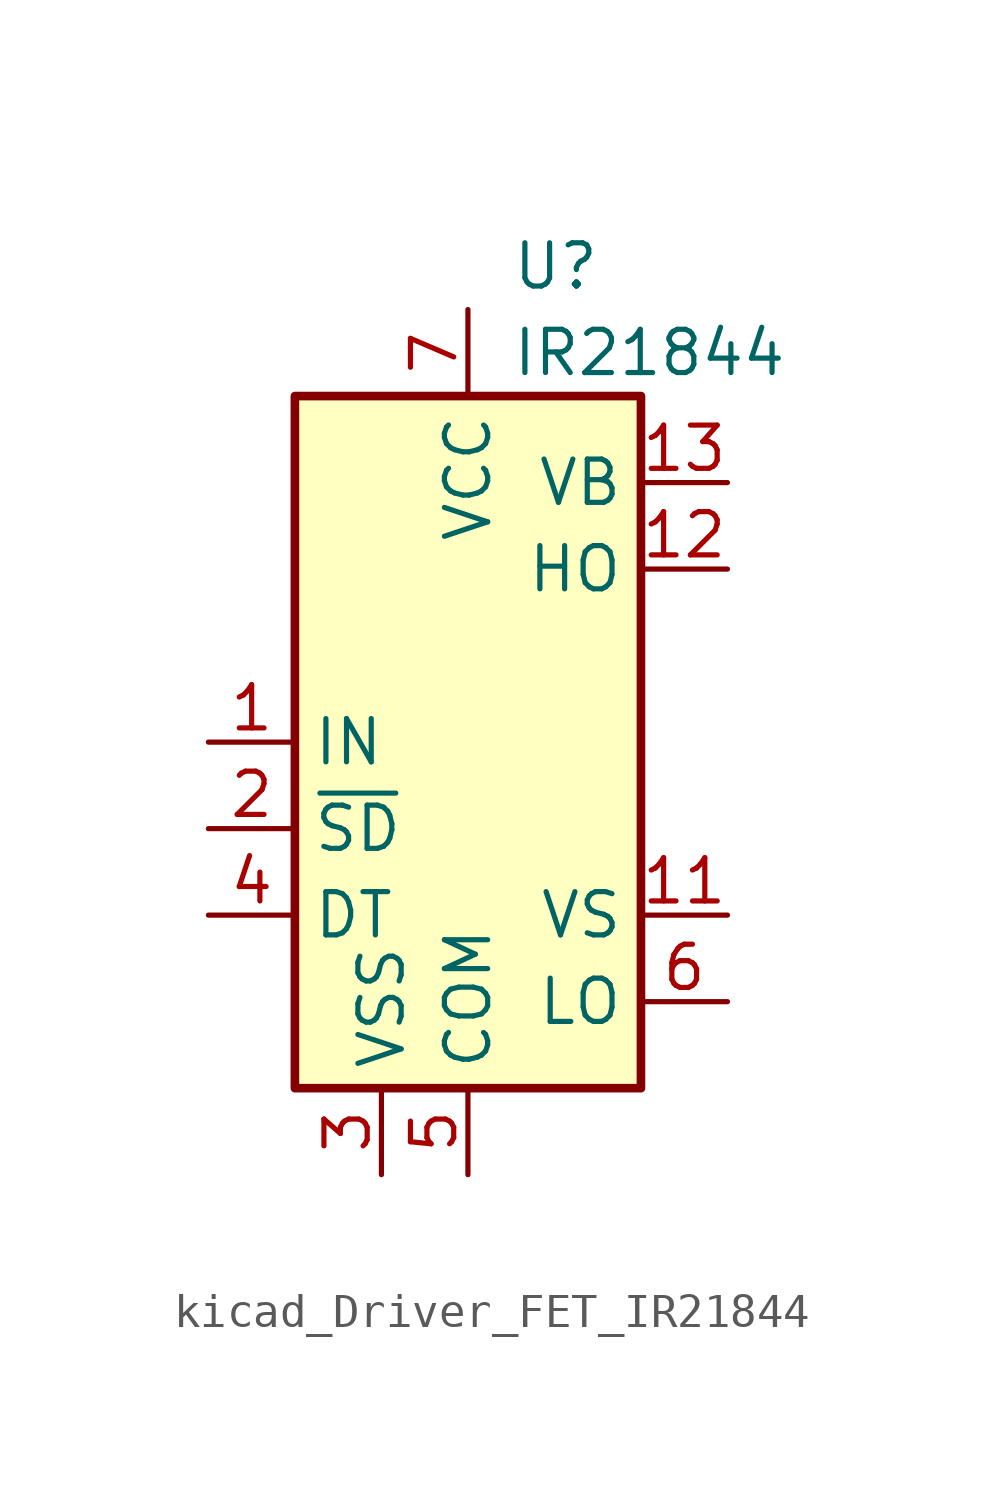
<source format=kicad_sym>
(kicad_symbol_lib
  (version 20220914)
  (generator kicad_symbol_editor)
  (symbol "kicad_Driver_FET_IR21844"
    (property "Reference" "U"
      (at 1.27 13.97 0)
      (effects (font (size 1.27 1.27)) (justify left)))
    (property "Value" "IR21844"
      (at 1.27 11.43 0)
      (effects (font (size 1.27 1.27)) (justify left)))
    (symbol "kicad_Driver_FET_IR21844_0_1"
      (rectangle (start -5.08 -10.16) (end 5.08 10.16) (stroke (width 0.254) (type default)) (fill (type background))))
    (symbol "kicad_Driver_FET_IR21844_1_1"
      (pin input line (at -7.62 0 0) (length 2.54) (name "IN" (effects (font (size 1.27 1.27)))) (number "1" (effects (font (size 1.27 1.27)))))
      (pin no_connect line (at -5.08 2.54 0) (length 2.54) hide (name "NC" (effects (font (size 1.27 1.27)))) (number "10" (effects (font (size 1.27 1.27)))))
      (pin passive line (at 7.62 -5.08 180) (length 2.54) (name "VS" (effects (font (size 1.27 1.27)))) (number "11" (effects (font (size 1.27 1.27)))))
      (pin output line (at 7.62 5.08 180) (length 2.54) (name "HO" (effects (font (size 1.27 1.27)))) (number "12" (effects (font (size 1.27 1.27)))))
      (pin passive line (at 7.62 7.62 180) (length 2.54) (name "VB" (effects (font (size 1.27 1.27)))) (number "13" (effects (font (size 1.27 1.27)))))
      (pin no_connect line (at 5.08 2.54 180) (length 2.54) hide (name "NC" (effects (font (size 1.27 1.27)))) (number "14" (effects (font (size 1.27 1.27)))))
      (pin input line (at -7.62 -2.54 0) (length 2.54) (name "~{SD}" (effects (font (size 1.27 1.27)))) (number "2" (effects (font (size 1.27 1.27)))))
      (pin power_in line (at -2.54 -12.7 90) (length 2.54) (name "VSS" (effects (font (size 1.27 1.27)))) (number "3" (effects (font (size 1.27 1.27)))))
      (pin input line (at -7.62 -5.08 0) (length 2.54) (name "DT" (effects (font (size 1.27 1.27)))) (number "4" (effects (font (size 1.27 1.27)))))
      (pin power_in line (at 0 -12.7 90) (length 2.54) (name "COM" (effects (font (size 1.27 1.27)))) (number "5" (effects (font (size 1.27 1.27)))))
      (pin output line (at 7.62 -7.62 180) (length 2.54) (name "LO" (effects (font (size 1.27 1.27)))) (number "6" (effects (font (size 1.27 1.27)))))
      (pin power_in line (at 0 12.7 270) (length 2.54) (name "VCC" (effects (font (size 1.27 1.27)))) (number "7" (effects (font (size 1.27 1.27)))))
      (pin no_connect line (at -5.08 7.62 0) (length 2.54) hide (name "NC" (effects (font (size 1.27 1.27)))) (number "8" (effects (font (size 1.27 1.27)))))
      (pin no_connect line (at -5.08 5.08 0) (length 2.54) hide (name "NC" (effects (font (size 1.27 1.27)))) (number "9" (effects (font (size 1.27 1.27))))))))
</source>
